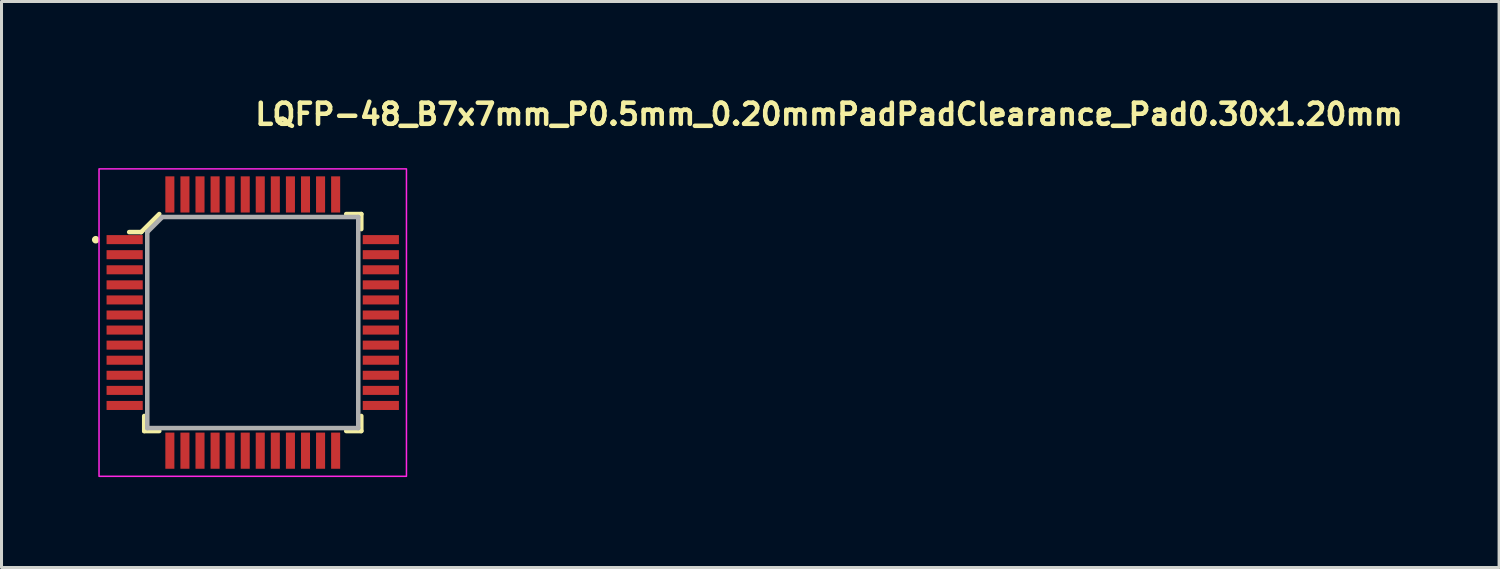
<source format=kicad_pcb>
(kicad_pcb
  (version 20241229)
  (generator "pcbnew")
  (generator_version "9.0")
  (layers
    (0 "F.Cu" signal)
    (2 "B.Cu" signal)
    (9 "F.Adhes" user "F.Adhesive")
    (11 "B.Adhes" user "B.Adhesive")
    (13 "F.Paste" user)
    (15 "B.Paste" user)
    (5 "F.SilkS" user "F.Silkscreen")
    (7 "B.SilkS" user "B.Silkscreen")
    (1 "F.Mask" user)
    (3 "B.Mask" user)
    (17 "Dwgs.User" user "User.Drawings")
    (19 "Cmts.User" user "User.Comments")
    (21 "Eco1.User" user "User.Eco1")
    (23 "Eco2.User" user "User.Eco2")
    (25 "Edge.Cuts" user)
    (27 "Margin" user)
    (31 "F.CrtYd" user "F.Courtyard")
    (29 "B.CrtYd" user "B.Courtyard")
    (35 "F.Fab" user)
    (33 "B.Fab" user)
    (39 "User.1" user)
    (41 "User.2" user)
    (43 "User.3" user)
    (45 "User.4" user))
  (footprint "LQFP-48_B7x7mm_P0.5mm_0.20mmPadPadClearance_Pad0.30x1.20mm"
    (layer "F.Cu")
    (at 5.335 7.652)
    (property "Reference" "LQFP-48_B7x7mm_P0.5mm_0.20mmPadPadClearance_Pad0.30x1.20mm" (at 0 -6.502 0) (layer "F.SilkS") (effects (font (size 0.7 0.7) (thickness 0.15)) (justify left bottom)))
    (attr smd)
    (fp_line (start -3.701 -3.003) (end -4.1 -3.003) (stroke (width 0.15) (type solid)) (layer "F.SilkS"))
    (fp_line (start -3.601 3.097) (end -3.601 3.597) (stroke (width 0.15) (type solid)) (layer "F.SilkS"))
    (fp_line (start -3.601 3.597) (end -3.101 3.597) (stroke (width 0.15) (type solid)) (layer "F.SilkS"))
    (fp_line (start -3.101 -3.602) (end -3.701 -3.003) (stroke (width 0.15) (type solid)) (layer "F.SilkS"))
    (fp_line (start 3.1 -3.602) (end 3.6 -3.602) (stroke (width 0.15) (type solid)) (layer "F.SilkS"))
    (fp_line (start 3.6 -3.602) (end 3.6 -3.102) (stroke (width 0.15) (type solid)) (layer "F.SilkS"))
    (fp_line (start 3.6 3.097) (end 3.6 3.597) (stroke (width 0.15) (type solid)) (layer "F.SilkS"))
    (fp_line (start 3.6 3.597) (end 3.1 3.597) (stroke (width 0.15) (type solid)) (layer "F.SilkS"))
    (fp_circle (center -5.21 -2.75) (end -5.16 -2.75) (stroke (width 0.15) (type solid)) (fill yes) (layer "F.SilkS"))
    (fp_rect (start -5.1 -5.1) (end 5.098 5.098) (stroke (width 0.05) (type solid)) (fill no) (layer "F.CrtYd"))
    (fp_line (start -3.5 -3.003) (end -3.5 3.498) (stroke (width 0.15) (type solid)) (layer "F.Fab"))
    (fp_line (start -3.5 3.498) (end 3.499 3.498) (stroke (width 0.15) (type solid)) (layer "F.Fab"))
    (fp_line (start -3 -3.503) (end -3.5 -3.003) (stroke (width 0.15) (type solid)) (layer "F.Fab"))
    (fp_line (start -3 -3.503) (end 3.499 -3.503) (stroke (width 0.15) (type solid)) (layer "F.Fab"))
    (fp_line (start 3.499 -3.503) (end 3.499 3.498) (stroke (width 0.15) (type solid)) (layer "F.Fab"))
    (fp_rect (start -4.5 -4.5) (end 4.498 4.498) (stroke (width 0.1) (type solid)) (fill no) (layer "User.5"))
    (fp_line (start -4.5 -2.641) (end -4.5 -2.86) (stroke (width 0.02) (type solid)) (layer "User.9"))
    (fp_line (start -4.5 -2.641) (end -4.069 -2.641) (stroke (width 0.02) (type solid)) (layer "User.9"))
    (fp_line (start -4.5 -2.141) (end -4.5 -2.36) (stroke (width 0.02) (type solid)) (layer "User.9"))
    (fp_line (start -4.5 -2.141) (end -4.069 -2.141) (stroke (width 0.02) (type solid)) (layer "User.9"))
    (fp_line (start -4.5 -1.641) (end -4.5 -1.861) (stroke (width 0.02) (type solid)) (layer "User.9"))
    (fp_line (start -4.5 -1.641) (end -4.069 -1.641) (stroke (width 0.02) (type solid)) (layer "User.9"))
    (fp_line (start -4.5 -1.141) (end -4.5 -1.361) (stroke (width 0.02) (type solid)) (layer "User.9"))
    (fp_line (start -4.5 -1.141) (end -4.069 -1.141) (stroke (width 0.02) (type solid)) (layer "User.9"))
    (fp_line (start -4.5 -0.64) (end -4.5 -0.861) (stroke (width 0.02) (type solid)) (layer "User.9"))
    (fp_line (start -4.5 -0.64) (end -4.069 -0.64) (stroke (width 0.02) (type solid)) (layer "User.9"))
    (fp_line (start -4.5 -0.142) (end -4.5 -0.361) (stroke (width 0.02) (type solid)) (layer "User.9"))
    (fp_line (start -4.5 -0.142) (end -4.069 -0.142) (stroke (width 0.02) (type solid)) (layer "User.9"))
    (fp_line (start -4.5 0.358) (end -4.5 0.139) (stroke (width 0.02) (type solid)) (layer "User.9"))
    (fp_line (start -4.5 0.358) (end -4.069 0.358) (stroke (width 0.02) (type solid)) (layer "User.9"))
    (fp_line (start -4.5 0.858) (end -4.5 0.638) (stroke (width 0.02) (type solid)) (layer "User.9"))
    (fp_line (start -4.5 0.858) (end -4.069 0.858) (stroke (width 0.02) (type solid)) (layer "User.9"))
    (fp_line (start -4.5 1.358) (end -4.5 1.138) (stroke (width 0.02) (type solid)) (layer "User.9"))
    (fp_line (start -4.5 1.358) (end -4.069 1.358) (stroke (width 0.02) (type solid)) (layer "User.9"))
    (fp_line (start -4.5 1.858) (end -4.5 1.638) (stroke (width 0.02) (type solid)) (layer "User.9"))
    (fp_line (start -4.5 1.858) (end -4.069 1.858) (stroke (width 0.02) (type solid)) (layer "User.9"))
    (fp_line (start -4.5 2.358) (end -4.5 2.14) (stroke (width 0.02) (type solid)) (layer "User.9"))
    (fp_line (start -4.5 2.358) (end -4.069 2.358) (stroke (width 0.02) (type solid)) (layer "User.9"))
    (fp_line (start -4.5 2.858) (end -4.5 2.64) (stroke (width 0.02) (type solid)) (layer "User.9"))
    (fp_line (start -4.5 2.858) (end -4.069 2.858) (stroke (width 0.02) (type solid)) (layer "User.9"))
    (fp_line (start -4.071 -0.357) (end -4.066 -0.357) (stroke (width 0.02) (type solid)) (layer "User.9"))
    (fp_line (start -4.069 -2.86) (end -4.5 -2.86) (stroke (width 0.02) (type solid)) (layer "User.9"))
    (fp_line (start -4.069 -2.86) (end -4.069 -2.641) (stroke (width 0.02) (type solid)) (layer "User.9"))
    (fp_line (start -4.069 -2.641) (end -3.818 -2.641) (stroke (width 0.02) (type solid)) (layer "User.9"))
    (fp_line (start -4.069 -2.36) (end -4.5 -2.36) (stroke (width 0.02) (type solid)) (layer "User.9"))
    (fp_line (start -4.069 -2.36) (end -4.069 -2.141) (stroke (width 0.02) (type solid)) (layer "User.9"))
    (fp_line (start -4.069 -2.141) (end -3.818 -2.141) (stroke (width 0.02) (type solid)) (layer "User.9"))
    (fp_line (start -4.069 -1.861) (end -4.5 -1.861) (stroke (width 0.02) (type solid)) (layer "User.9"))
    (fp_line (start -4.069 -1.861) (end -4.069 -1.641) (stroke (width 0.02) (type solid)) (layer "User.9"))
    (fp_line (start -4.069 -1.641) (end -3.818 -1.641) (stroke (width 0.02) (type solid)) (layer "User.9"))
    (fp_line (start -4.069 -1.361) (end -4.5 -1.361) (stroke (width 0.02) (type solid)) (layer "User.9"))
    (fp_line (start -4.069 -1.361) (end -4.069 -1.141) (stroke (width 0.02) (type solid)) (layer "User.9"))
    (fp_line (start -4.069 -1.141) (end -3.818 -1.141) (stroke (width 0.02) (type solid)) (layer "User.9"))
    (fp_line (start -4.069 -0.861) (end -4.5 -0.861) (stroke (width 0.02) (type solid)) (layer "User.9"))
    (fp_line (start -4.069 -0.861) (end -4.069 -0.64) (stroke (width 0.02) (type solid)) (layer "User.9"))
    (fp_line (start -4.069 -0.64) (end -3.818 -0.64) (stroke (width 0.02) (type solid)) (layer "User.9"))
    (fp_line (start -4.069 -0.361) (end -4.5 -0.361) (stroke (width 0.02) (type solid)) (layer "User.9"))
    (fp_line (start -4.069 -0.361) (end -4.069 -0.357) (stroke (width 0.02) (type solid)) (layer "User.9"))
    (fp_line (start -4.069 -0.145) (end -4.069 -0.142) (stroke (width 0.02) (type solid)) (layer "User.9"))
    (fp_line (start -4.069 -0.142) (end -3.818 -0.142) (stroke (width 0.02) (type solid)) (layer "User.9"))
    (fp_line (start -4.069 0.139) (end -4.5 0.139) (stroke (width 0.02) (type solid)) (layer "User.9"))
    (fp_line (start -4.069 0.139) (end -4.069 0.358) (stroke (width 0.02) (type solid)) (layer "User.9"))
    (fp_line (start -4.069 0.358) (end -3.818 0.358) (stroke (width 0.02) (type solid)) (layer "User.9"))
    (fp_line (start -4.069 0.638) (end -4.5 0.638) (stroke (width 0.02) (type solid)) (layer "User.9"))
    (fp_line (start -4.069 0.638) (end -4.069 0.858) (stroke (width 0.02) (type solid)) (layer "User.9"))
    (fp_line (start -4.069 0.858) (end -3.818 0.858) (stroke (width 0.02) (type solid)) (layer "User.9"))
    (fp_line (start -4.069 1.138) (end -4.5 1.138) (stroke (width 0.02) (type solid)) (layer "User.9"))
    (fp_line (start -4.069 1.138) (end -4.069 1.358) (stroke (width 0.02) (type solid)) (layer "User.9"))
    (fp_line (start -4.069 1.358) (end -3.818 1.358) (stroke (width 0.02) (type solid)) (layer "User.9"))
    (fp_line (start -4.069 1.638) (end -4.5 1.638) (stroke (width 0.02) (type solid)) (layer "User.9"))
    (fp_line (start -4.069 1.638) (end -4.069 1.858) (stroke (width 0.02) (type solid)) (layer "User.9"))
    (fp_line (start -4.069 1.858) (end -3.818 1.858) (stroke (width 0.02) (type solid)) (layer "User.9"))
    (fp_line (start -4.069 2.14) (end -4.5 2.14) (stroke (width 0.02) (type solid)) (layer "User.9"))
    (fp_line (start -4.069 2.14) (end -4.069 2.358) (stroke (width 0.02) (type solid)) (layer "User.9"))
    (fp_line (start -4.069 2.358) (end -3.818 2.358) (stroke (width 0.02) (type solid)) (layer "User.9"))
    (fp_line (start -4.069 2.64) (end -4.5 2.64) (stroke (width 0.02) (type solid)) (layer "User.9"))
    (fp_line (start -4.069 2.64) (end -4.069 2.858) (stroke (width 0.02) (type solid)) (layer "User.9"))
    (fp_line (start -4.069 2.858) (end -3.818 2.858) (stroke (width 0.02) (type solid)) (layer "User.9"))
    (fp_line (start -4.066 -0.145) (end -4.071 -0.145) (stroke (width 0.02) (type solid)) (layer "User.9"))
    (fp_line (start -3.818 -2.86) (end -4.069 -2.86) (stroke (width 0.02) (type solid)) (layer "User.9"))
    (fp_line (start -3.818 -2.641) (end -3.633 -2.641) (stroke (width 0.02) (type solid)) (layer "User.9"))
    (fp_line (start -3.818 -2.36) (end -4.069 -2.36) (stroke (width 0.02) (type solid)) (layer "User.9"))
    (fp_line (start -3.818 -2.141) (end -3.633 -2.141) (stroke (width 0.02) (type solid)) (layer "User.9"))
    (fp_line (start -3.818 -1.861) (end -4.069 -1.861) (stroke (width 0.02) (type solid)) (layer "User.9"))
    (fp_line (start -3.818 -1.641) (end -3.633 -1.641) (stroke (width 0.02) (type solid)) (layer "User.9"))
    (fp_line (start -3.818 -1.361) (end -4.069 -1.361) (stroke (width 0.02) (type solid)) (layer "User.9"))
    (fp_line (start -3.818 -1.141) (end -3.633 -1.141) (stroke (width 0.02) (type solid)) (layer "User.9"))
    (fp_line (start -3.818 -0.861) (end -4.069 -0.861) (stroke (width 0.02) (type solid)) (layer "User.9"))
    (fp_line (start -3.818 -0.64) (end -3.633 -0.64) (stroke (width 0.02) (type solid)) (layer "User.9"))
    (fp_line (start -3.818 -0.361) (end -4.069 -0.361) (stroke (width 0.02) (type solid)) (layer "User.9"))
    (fp_line (start -3.818 -0.142) (end -3.633 -0.142) (stroke (width 0.02) (type solid)) (layer "User.9"))
    (fp_line (start -3.818 0.139) (end -4.069 0.139) (stroke (width 0.02) (type solid)) (layer "User.9"))
    (fp_line (start -3.818 0.358) (end -3.633 0.358) (stroke (width 0.02) (type solid)) (layer "User.9"))
    (fp_line (start -3.818 0.638) (end -4.069 0.638) (stroke (width 0.02) (type solid)) (layer "User.9"))
    (fp_line (start -3.818 0.858) (end -3.633 0.858) (stroke (width 0.02) (type solid)) (layer "User.9"))
    (fp_line (start -3.818 1.138) (end -4.069 1.138) (stroke (width 0.02) (type solid)) (layer "User.9"))
    (fp_line (start -3.818 1.358) (end -3.633 1.358) (stroke (width 0.02) (type solid)) (layer "User.9"))
    (fp_line (start -3.818 1.638) (end -4.069 1.638) (stroke (width 0.02) (type solid)) (layer "User.9"))
    (fp_line (start -3.818 1.858) (end -3.633 1.858) (stroke (width 0.02) (type solid)) (layer "User.9"))
    (fp_line (start -3.818 2.14) (end -4.069 2.14) (stroke (width 0.02) (type solid)) (layer "User.9"))
    (fp_line (start -3.818 2.358) (end -3.633 2.358) (stroke (width 0.02) (type solid)) (layer "User.9"))
    (fp_line (start -3.818 2.64) (end -4.069 2.64) (stroke (width 0.02) (type solid)) (layer "User.9"))
    (fp_line (start -3.818 2.858) (end -3.633 2.858) (stroke (width 0.02) (type solid)) (layer "User.9"))
    (fp_line (start -3.633 -2.86) (end -3.818 -2.86) (stroke (width 0.02) (type solid)) (layer "User.9"))
    (fp_line (start -3.633 -2.641) (end -3.5 -2.641) (stroke (width 0.02) (type solid)) (layer "User.9"))
    (fp_line (start -3.633 -2.36) (end -3.818 -2.36) (stroke (width 0.02) (type solid)) (layer "User.9"))
    (fp_line (start -3.633 -2.141) (end -3.5 -2.141) (stroke (width 0.02) (type solid)) (layer "User.9"))
    (fp_line (start -3.633 -1.861) (end -3.818 -1.861) (stroke (width 0.02) (type solid)) (layer "User.9"))
    (fp_line (start -3.633 -1.641) (end -3.5 -1.641) (stroke (width 0.02) (type solid)) (layer "User.9"))
    (fp_line (start -3.633 -1.361) (end -3.818 -1.361) (stroke (width 0.02) (type solid)) (layer "User.9"))
    (fp_line (start -3.633 -1.141) (end -3.5 -1.141) (stroke (width 0.02) (type solid)) (layer "User.9"))
    (fp_line (start -3.633 -0.861) (end -3.818 -0.861) (stroke (width 0.02) (type solid)) (layer "User.9"))
    (fp_line (start -3.633 -0.64) (end -3.5 -0.64) (stroke (width 0.02) (type solid)) (layer "User.9"))
    (fp_line (start -3.633 -0.361) (end -3.818 -0.361) (stroke (width 0.02) (type solid)) (layer "User.9"))
    (fp_line (start -3.633 -0.142) (end -3.5 -0.142) (stroke (width 0.02) (type solid)) (layer "User.9"))
    (fp_line (start -3.633 0.139) (end -3.818 0.139) (stroke (width 0.02) (type solid)) (layer "User.9"))
    (fp_line (start -3.633 0.358) (end -3.5 0.358) (stroke (width 0.02) (type solid)) (layer "User.9"))
    (fp_line (start -3.633 0.638) (end -3.818 0.638) (stroke (width 0.02) (type solid)) (layer "User.9"))
    (fp_line (start -3.633 0.858) (end -3.5 0.858) (stroke (width 0.02) (type solid)) (layer "User.9"))
    (fp_line (start -3.633 1.138) (end -3.818 1.138) (stroke (width 0.02) (type solid)) (layer "User.9"))
    (fp_line (start -3.633 1.358) (end -3.5 1.358) (stroke (width 0.02) (type solid)) (layer "User.9"))
    (fp_line (start -3.633 1.638) (end -3.818 1.638) (stroke (width 0.02) (type solid)) (layer "User.9"))
    (fp_line (start -3.633 1.858) (end -3.5 1.858) (stroke (width 0.02) (type solid)) (layer "User.9"))
    (fp_line (start -3.633 2.14) (end -3.818 2.14) (stroke (width 0.02) (type solid)) (layer "User.9"))
    (fp_line (start -3.633 2.358) (end -3.5 2.358) (stroke (width 0.02) (type solid)) (layer "User.9"))
    (fp_line (start -3.633 2.64) (end -3.818 2.64) (stroke (width 0.02) (type solid)) (layer "User.9"))
    (fp_line (start -3.633 2.858) (end -3.5 2.858) (stroke (width 0.02) (type solid)) (layer "User.9"))
    (fp_line (start -3.5 -3.101) (end -3.5 3.499) (stroke (width 0.02) (type solid)) (layer "User.9"))
    (fp_line (start -3.5 -3.101) (end -3.101 -3.5) (stroke (width 0.02) (type solid)) (layer "User.9"))
    (fp_line (start -3.5 -2.86) (end -3.633 -2.86) (stroke (width 0.02) (type solid)) (layer "User.9"))
    (fp_line (start -3.5 -2.36) (end -3.633 -2.36) (stroke (width 0.02) (type solid)) (layer "User.9"))
    (fp_line (start -3.5 -1.861) (end -3.633 -1.861) (stroke (width 0.02) (type solid)) (layer "User.9"))
    (fp_line (start -3.5 -1.361) (end -3.633 -1.361) (stroke (width 0.02) (type solid)) (layer "User.9"))
    (fp_line (start -3.5 -0.861) (end -3.633 -0.861) (stroke (width 0.02) (type solid)) (layer "User.9"))
    (fp_line (start -3.5 -0.361) (end -3.633 -0.361) (stroke (width 0.02) (type solid)) (layer "User.9"))
    (fp_line (start -3.5 0.139) (end -3.633 0.139) (stroke (width 0.02) (type solid)) (layer "User.9"))
    (fp_line (start -3.5 0.638) (end -3.633 0.638) (stroke (width 0.02) (type solid)) (layer "User.9"))
    (fp_line (start -3.5 1.138) (end -3.633 1.138) (stroke (width 0.02) (type solid)) (layer "User.9"))
    (fp_line (start -3.5 1.638) (end -3.633 1.638) (stroke (width 0.02) (type solid)) (layer "User.9"))
    (fp_line (start -3.5 2.14) (end -3.633 2.14) (stroke (width 0.02) (type solid)) (layer "User.9"))
    (fp_line (start -3.5 2.64) (end -3.633 2.64) (stroke (width 0.02) (type solid)) (layer "User.9"))
    (fp_line (start -3.5 3.499) (end 3.499 3.499) (stroke (width 0.02) (type solid)) (layer "User.9"))
    (fp_line (start -3.326 -3.028) (end -3.5 -3.101) (stroke (width 0.02) (type solid)) (layer "User.9"))
    (fp_line (start -3.326 3.324) (end -3.5 3.499) (stroke (width 0.02) (type solid)) (layer "User.9"))
    (fp_line (start -3.326 3.324) (end -3.326 -3.028) (stroke (width 0.02) (type solid)) (layer "User.9"))
    (fp_line (start -3.101 -3.5) (end -3.028 -3.326) (stroke (width 0.02) (type solid)) (layer "User.9"))
    (fp_line (start -3.028 -3.326) (end -3.326 -3.028) (stroke (width 0.02) (type solid)) (layer "User.9"))
    (fp_line (start -3.028 -3.326) (end 3.324 -3.326) (stroke (width 0.02) (type solid)) (layer "User.9"))
    (fp_line (start -2.952 -2.702) (end -2.951 -2.718) (stroke (width 0.02) (type solid)) (layer "User.9"))
    (fp_line (start -2.951 -2.718) (end -2.948 -2.734) (stroke (width 0.02) (type solid)) (layer "User.9"))
    (fp_line (start -2.951 -2.693) (end -2.952 -2.702) (stroke (width 0.02) (type solid)) (layer "User.9"))
    (fp_line (start -2.951 -2.685) (end -2.951 -2.693) (stroke (width 0.02) (type solid)) (layer "User.9"))
    (fp_line (start -2.949 -2.677) (end -2.951 -2.685) (stroke (width 0.02) (type solid)) (layer "User.9"))
    (fp_line (start -2.948 -2.734) (end -2.947 -2.75) (stroke (width 0.02) (type solid)) (layer "User.9"))
    (fp_line (start -2.948 -2.668) (end -2.949 -2.677) (stroke (width 0.02) (type solid)) (layer "User.9"))
    (fp_line (start -2.948 -2.66) (end -2.948 -2.668) (stroke (width 0.02) (type solid)) (layer "User.9"))
    (fp_line (start -2.947 -2.75) (end -2.943 -2.766) (stroke (width 0.02) (type solid)) (layer "User.9"))
    (fp_line (start -2.947 -2.652) (end -2.948 -2.66) (stroke (width 0.02) (type solid)) (layer "User.9"))
    (fp_line (start -2.944 -2.644) (end -2.947 -2.652) (stroke (width 0.02) (type solid)) (layer "User.9"))
    (fp_line (start -2.943 -2.766) (end -2.938 -2.782) (stroke (width 0.02) (type solid)) (layer "User.9"))
    (fp_line (start -2.943 -2.636) (end -2.944 -2.644) (stroke (width 0.02) (type solid)) (layer "User.9"))
    (fp_line (start -2.94 -2.628) (end -2.943 -2.636) (stroke (width 0.02) (type solid)) (layer "User.9"))
    (fp_line (start -2.938 -2.782) (end -2.931 -2.797) (stroke (width 0.02) (type solid)) (layer "User.9"))
    (fp_line (start -2.938 -2.621) (end -2.94 -2.628) (stroke (width 0.02) (type solid)) (layer "User.9"))
    (fp_line (start -2.935 -2.613) (end -2.938 -2.621) (stroke (width 0.02) (type solid)) (layer "User.9"))
    (fp_line (start -2.931 -2.797) (end -2.926 -2.811) (stroke (width 0.02) (type solid)) (layer "User.9"))
    (fp_line (start -2.931 -2.605) (end -2.935 -2.613) (stroke (width 0.02) (type solid)) (layer "User.9"))
    (fp_line (start -2.928 -2.597) (end -2.931 -2.605) (stroke (width 0.02) (type solid)) (layer "User.9"))
    (fp_line (start -2.926 -2.811) (end -2.918 -2.827) (stroke (width 0.02) (type solid)) (layer "User.9"))
    (fp_line (start -2.926 -2.59) (end -2.928 -2.597) (stroke (width 0.02) (type solid)) (layer "User.9"))
    (fp_line (start -2.922 -2.584) (end -2.926 -2.59) (stroke (width 0.02) (type solid)) (layer "User.9"))
    (fp_line (start -2.918 -2.827) (end -2.908 -2.839) (stroke (width 0.02) (type solid)) (layer "User.9"))
    (fp_line (start -2.918 -2.577) (end -2.922 -2.584) (stroke (width 0.02) (type solid)) (layer "User.9"))
    (fp_line (start -2.914 -2.569) (end -2.918 -2.577) (stroke (width 0.02) (type solid)) (layer "User.9"))
    (fp_line (start -2.908 -2.839) (end -2.899 -2.852) (stroke (width 0.02) (type solid)) (layer "User.9"))
    (fp_line (start -2.908 -2.562) (end -2.914 -2.569) (stroke (width 0.02) (type solid)) (layer "User.9"))
    (fp_line (start -2.904 -2.556) (end -2.908 -2.562) (stroke (width 0.02) (type solid)) (layer "User.9"))
    (fp_line (start -2.899 -2.852) (end -2.89 -2.866) (stroke (width 0.02) (type solid)) (layer "User.9"))
    (fp_line (start -2.899 -2.549) (end -2.904 -2.556) (stroke (width 0.02) (type solid)) (layer "User.9"))
    (fp_line (start -2.895 -2.543) (end -2.899 -2.549) (stroke (width 0.02) (type solid)) (layer "User.9"))
    (fp_line (start -2.89 -2.866) (end -2.879 -2.878) (stroke (width 0.02) (type solid)) (layer "User.9"))
    (fp_line (start -2.89 -2.536) (end -2.895 -2.543) (stroke (width 0.02) (type solid)) (layer "User.9"))
    (fp_line (start -2.883 -2.531) (end -2.89 -2.536) (stroke (width 0.02) (type solid)) (layer "User.9"))
    (fp_line (start -2.879 -2.878) (end -2.867 -2.888) (stroke (width 0.02) (type solid)) (layer "User.9"))
    (fp_line (start -2.879 -2.524) (end -2.883 -2.531) (stroke (width 0.02) (type solid)) (layer "User.9"))
    (fp_line (start -2.872 -2.519) (end -2.879 -2.524) (stroke (width 0.02) (type solid)) (layer "User.9"))
    (fp_line (start -2.867 -2.888) (end -2.854 -2.899) (stroke (width 0.02) (type solid)) (layer "User.9"))
    (fp_line (start -2.867 -2.513) (end -2.872 -2.519) (stroke (width 0.02) (type solid)) (layer "User.9"))
    (fp_line (start -2.86 -4.5) (end -2.86 -4.069) (stroke (width 0.02) (type solid)) (layer "User.9"))
    (fp_line (start -2.86 -4.5) (end -2.641 -4.5) (stroke (width 0.02) (type solid)) (layer "User.9"))
    (fp_line (start -2.86 -4.069) (end -2.86 -3.818) (stroke (width 0.02) (type solid)) (layer "User.9"))
    (fp_line (start -2.86 -3.818) (end -2.86 -3.633) (stroke (width 0.02) (type solid)) (layer "User.9"))
    (fp_line (start -2.86 -3.633) (end -2.86 -3.5) (stroke (width 0.02) (type solid)) (layer "User.9"))
    (fp_line (start -2.86 -2.508) (end -2.867 -2.513) (stroke (width 0.02) (type solid)) (layer "User.9"))
    (fp_line (start -2.86 3.632) (end -2.86 3.499) (stroke (width 0.02) (type solid)) (layer "User.9"))
    (fp_line (start -2.86 3.817) (end -2.86 3.632) (stroke (width 0.02) (type solid)) (layer "User.9"))
    (fp_line (start -2.86 4.067) (end -2.86 3.817) (stroke (width 0.02) (type solid)) (layer "User.9"))
    (fp_line (start -2.86 4.498) (end -2.86 4.067) (stroke (width 0.02) (type solid)) (layer "User.9"))
    (fp_line (start -2.86 4.498) (end -2.641 4.498) (stroke (width 0.02) (type solid)) (layer "User.9"))
    (fp_line (start -2.854 -2.899) (end -2.84 -2.908) (stroke (width 0.02) (type solid)) (layer "User.9"))
    (fp_line (start -2.854 -2.503) (end -2.86 -2.508) (stroke (width 0.02) (type solid)) (layer "User.9"))
    (fp_line (start -2.847 -2.499) (end -2.854 -2.503) (stroke (width 0.02) (type solid)) (layer "User.9"))
    (fp_line (start -2.84 -2.908) (end -2.827 -2.918) (stroke (width 0.02) (type solid)) (layer "User.9"))
    (fp_line (start -2.84 -2.493) (end -2.847 -2.499) (stroke (width 0.02) (type solid)) (layer "User.9"))
    (fp_line (start -2.834 -2.488) (end -2.84 -2.493) (stroke (width 0.02) (type solid)) (layer "User.9"))
    (fp_line (start -2.827 -2.918) (end -2.827 -2.918) (stroke (width 0.02) (type solid)) (layer "User.9"))
    (fp_line (start -2.827 -2.918) (end -2.811 -2.926) (stroke (width 0.02) (type solid)) (layer "User.9"))
    (fp_line (start -2.827 -2.484) (end -2.834 -2.488) (stroke (width 0.02) (type solid)) (layer "User.9"))
    (fp_line (start -2.827 -2.484) (end -2.827 -2.484) (stroke (width 0.02) (type solid)) (layer "User.9"))
    (fp_line (start -2.811 -2.926) (end -2.797 -2.932) (stroke (width 0.02) (type solid)) (layer "User.9"))
    (fp_line (start -2.811 -2.476) (end -2.827 -2.484) (stroke (width 0.02) (type solid)) (layer "User.9"))
    (fp_line (start -2.797 -2.932) (end -2.781 -2.938) (stroke (width 0.02) (type solid)) (layer "User.9"))
    (fp_line (start -2.797 -2.469) (end -2.811 -2.476) (stroke (width 0.02) (type solid)) (layer "User.9"))
    (fp_line (start -2.781 -2.938) (end -2.766 -2.943) (stroke (width 0.02) (type solid)) (layer "User.9"))
    (fp_line (start -2.781 -2.464) (end -2.797 -2.469) (stroke (width 0.02) (type solid)) (layer "User.9"))
    (fp_line (start -2.766 -2.943) (end -2.75 -2.947) (stroke (width 0.02) (type solid)) (layer "User.9"))
    (fp_line (start -2.766 -2.46) (end -2.781 -2.464) (stroke (width 0.02) (type solid)) (layer "User.9"))
    (fp_line (start -2.75 -2.947) (end -2.734 -2.948) (stroke (width 0.02) (type solid)) (layer "User.9"))
    (fp_line (start -2.75 -2.456) (end -2.766 -2.46) (stroke (width 0.02) (type solid)) (layer "User.9"))
    (fp_line (start -2.734 -2.948) (end -2.718 -2.951) (stroke (width 0.02) (type solid)) (layer "User.9"))
    (fp_line (start -2.734 -2.453) (end -2.75 -2.456) (stroke (width 0.02) (type solid)) (layer "User.9"))
    (fp_line (start -2.718 -2.951) (end -2.702 -2.952) (stroke (width 0.02) (type solid)) (layer "User.9"))
    (fp_line (start -2.718 -2.452) (end -2.734 -2.453) (stroke (width 0.02) (type solid)) (layer "User.9"))
    (fp_line (start -2.702 -2.952) (end -2.685 -2.951) (stroke (width 0.02) (type solid)) (layer "User.9"))
    (fp_line (start -2.702 -2.452) (end -2.718 -2.452) (stroke (width 0.02) (type solid)) (layer "User.9"))
    (fp_line (start -2.685 -2.951) (end -2.669 -2.948) (stroke (width 0.02) (type solid)) (layer "User.9"))
    (fp_line (start -2.685 -2.452) (end -2.702 -2.452) (stroke (width 0.02) (type solid)) (layer "User.9"))
    (fp_line (start -2.669 -2.948) (end -2.653 -2.947) (stroke (width 0.02) (type solid)) (layer "User.9"))
    (fp_line (start -2.669 -2.453) (end -2.685 -2.452) (stroke (width 0.02) (type solid)) (layer "User.9"))
    (fp_line (start -2.653 -2.947) (end -2.637 -2.943) (stroke (width 0.02) (type solid)) (layer "User.9"))
    (fp_line (start -2.653 -2.456) (end -2.669 -2.453) (stroke (width 0.02) (type solid)) (layer "User.9"))
    (fp_line (start -2.641 -4.069) (end -2.86 -4.069) (stroke (width 0.02) (type solid)) (layer "User.9"))
    (fp_line (start -2.641 -4.069) (end -2.641 -4.5) (stroke (width 0.02) (type solid)) (layer "User.9"))
    (fp_line (start -2.641 -3.818) (end -2.641 -4.069) (stroke (width 0.02) (type solid)) (layer "User.9"))
    (fp_line (start -2.641 -3.633) (end -2.641 -3.818) (stroke (width 0.02) (type solid)) (layer "User.9"))
    (fp_line (start -2.641 -3.5) (end -2.641 -3.633) (stroke (width 0.02) (type solid)) (layer "User.9"))
    (fp_line (start -2.641 3.499) (end -2.641 3.632) (stroke (width 0.02) (type solid)) (layer "User.9"))
    (fp_line (start -2.641 3.632) (end -2.641 3.817) (stroke (width 0.02) (type solid)) (layer "User.9"))
    (fp_line (start -2.641 3.817) (end -2.641 4.067) (stroke (width 0.02) (type solid)) (layer "User.9"))
    (fp_line (start -2.641 4.067) (end -2.86 4.067) (stroke (width 0.02) (type solid)) (layer "User.9"))
    (fp_line (start -2.641 4.067) (end -2.641 4.498) (stroke (width 0.02) (type solid)) (layer "User.9"))
    (fp_line (start -2.637 -2.943) (end -2.621 -2.938) (stroke (width 0.02) (type solid)) (layer "User.9"))
    (fp_line (start -2.637 -2.46) (end -2.653 -2.456) (stroke (width 0.02) (type solid)) (layer "User.9"))
    (fp_line (start -2.621 -2.938) (end -2.605 -2.932) (stroke (width 0.02) (type solid)) (layer "User.9"))
    (fp_line (start -2.621 -2.464) (end -2.637 -2.46) (stroke (width 0.02) (type solid)) (layer "User.9"))
    (fp_line (start -2.605 -2.932) (end -2.59 -2.926) (stroke (width 0.02) (type solid)) (layer "User.9"))
    (fp_line (start -2.605 -2.469) (end -2.621 -2.464) (stroke (width 0.02) (type solid)) (layer "User.9"))
    (fp_line (start -2.59 -2.926) (end -2.577 -2.918) (stroke (width 0.02) (type solid)) (layer "User.9"))
    (fp_line (start -2.59 -2.476) (end -2.605 -2.469) (stroke (width 0.02) (type solid)) (layer "User.9"))
    (fp_line (start -2.577 -2.918) (end -2.577 -2.918) (stroke (width 0.02) (type solid)) (layer "User.9"))
    (fp_line (start -2.577 -2.918) (end -2.569 -2.914) (stroke (width 0.02) (type solid)) (layer "User.9"))
    (fp_line (start -2.577 -2.484) (end -2.59 -2.476) (stroke (width 0.02) (type solid)) (layer "User.9"))
    (fp_line (start -2.577 -2.484) (end -2.577 -2.484) (stroke (width 0.02) (type solid)) (layer "User.9"))
    (fp_line (start -2.569 -2.914) (end -2.561 -2.908) (stroke (width 0.02) (type solid)) (layer "User.9"))
    (fp_line (start -2.561 -2.908) (end -2.556 -2.903) (stroke (width 0.02) (type solid)) (layer "User.9"))
    (fp_line (start -2.561 -2.493) (end -2.577 -2.484) (stroke (width 0.02) (type solid)) (layer "User.9"))
    (fp_line (start -2.556 -2.903) (end -2.548 -2.899) (stroke (width 0.02) (type solid)) (layer "User.9"))
    (fp_line (start -2.548 -2.899) (end -2.541 -2.894) (stroke (width 0.02) (type solid)) (layer "User.9"))
    (fp_line (start -2.548 -2.503) (end -2.561 -2.493) (stroke (width 0.02) (type solid)) (layer "User.9"))
    (fp_line (start -2.541 -2.894) (end -2.536 -2.888) (stroke (width 0.02) (type solid)) (layer "User.9"))
    (fp_line (start -2.536 -2.888) (end -2.529 -2.883) (stroke (width 0.02) (type solid)) (layer "User.9"))
    (fp_line (start -2.536 -2.513) (end -2.548 -2.503) (stroke (width 0.02) (type solid)) (layer "User.9"))
    (fp_line (start -2.529 -2.883) (end -2.524 -2.878) (stroke (width 0.02) (type solid)) (layer "User.9"))
    (fp_line (start -2.524 -2.878) (end -2.519 -2.871) (stroke (width 0.02) (type solid)) (layer "User.9"))
    (fp_line (start -2.524 -2.524) (end -2.536 -2.513) (stroke (width 0.02) (type solid)) (layer "User.9"))
    (fp_line (start -2.519 -2.871) (end -2.512 -2.866) (stroke (width 0.02) (type solid)) (layer "User.9"))
    (fp_line (start -2.512 -2.866) (end -2.508 -2.859) (stroke (width 0.02) (type solid)) (layer "User.9"))
    (fp_line (start -2.512 -2.536) (end -2.524 -2.524) (stroke (width 0.02) (type solid)) (layer "User.9"))
    (fp_line (start -2.508 -2.859) (end -2.503 -2.852) (stroke (width 0.02) (type solid)) (layer "User.9"))
    (fp_line (start -2.503 -2.852) (end -2.497 -2.847) (stroke (width 0.02) (type solid)) (layer "User.9"))
    (fp_line (start -2.503 -2.549) (end -2.512 -2.536) (stroke (width 0.02) (type solid)) (layer "User.9"))
    (fp_line (start -2.497 -2.847) (end -2.493 -2.839) (stroke (width 0.02) (type solid)) (layer "User.9"))
    (fp_line (start -2.493 -2.839) (end -2.488 -2.832) (stroke (width 0.02) (type solid)) (layer "User.9"))
    (fp_line (start -2.493 -2.562) (end -2.503 -2.549) (stroke (width 0.02) (type solid)) (layer "User.9"))
    (fp_line (start -2.488 -2.832) (end -2.484 -2.827) (stroke (width 0.02) (type solid)) (layer "User.9"))
    (fp_line (start -2.484 -2.827) (end -2.48 -2.819) (stroke (width 0.02) (type solid)) (layer "User.9"))
    (fp_line (start -2.484 -2.577) (end -2.493 -2.562) (stroke (width 0.02) (type solid)) (layer "User.9"))
    (fp_line (start -2.48 -2.819) (end -2.476 -2.811) (stroke (width 0.02) (type solid)) (layer "User.9"))
    (fp_line (start -2.476 -2.811) (end -2.473 -2.805) (stroke (width 0.02) (type solid)) (layer "User.9"))
    (fp_line (start -2.476 -2.59) (end -2.484 -2.577) (stroke (width 0.02) (type solid)) (layer "User.9"))
    (fp_line (start -2.473 -2.805) (end -2.471 -2.797) (stroke (width 0.02) (type solid)) (layer "User.9"))
    (fp_line (start -2.471 -2.797) (end -2.468 -2.79) (stroke (width 0.02) (type solid)) (layer "User.9"))
    (fp_line (start -2.471 -2.605) (end -2.476 -2.59) (stroke (width 0.02) (type solid)) (layer "User.9"))
    (fp_line (start -2.468 -2.79) (end -2.464 -2.782) (stroke (width 0.02) (type solid)) (layer "User.9"))
    (fp_line (start -2.464 -2.782) (end -2.461 -2.774) (stroke (width 0.02) (type solid)) (layer "User.9"))
    (fp_line (start -2.464 -2.621) (end -2.471 -2.605) (stroke (width 0.02) (type solid)) (layer "User.9"))
    (fp_line (start -2.461 -2.774) (end -2.46 -2.766) (stroke (width 0.02) (type solid)) (layer "User.9"))
    (fp_line (start -2.46 -2.766) (end -2.457 -2.758) (stroke (width 0.02) (type solid)) (layer "User.9"))
    (fp_line (start -2.46 -2.636) (end -2.464 -2.621) (stroke (width 0.02) (type solid)) (layer "User.9"))
    (fp_line (start -2.457 -2.758) (end -2.456 -2.75) (stroke (width 0.02) (type solid)) (layer "User.9"))
    (fp_line (start -2.456 -2.75) (end -2.455 -2.742) (stroke (width 0.02) (type solid)) (layer "User.9"))
    (fp_line (start -2.456 -2.652) (end -2.46 -2.636) (stroke (width 0.02) (type solid)) (layer "User.9"))
    (fp_line (start -2.455 -2.742) (end -2.453 -2.734) (stroke (width 0.02) (type solid)) (layer "User.9"))
    (fp_line (start -2.453 -2.734) (end -2.452 -2.726) (stroke (width 0.02) (type solid)) (layer "User.9"))
    (fp_line (start -2.453 -2.668) (end -2.456 -2.652) (stroke (width 0.02) (type solid)) (layer "User.9"))
    (fp_line (start -2.452 -2.726) (end -2.452 -2.718) (stroke (width 0.02) (type solid)) (layer "User.9"))
    (fp_line (start -2.452 -2.718) (end -2.452 -2.71) (stroke (width 0.02) (type solid)) (layer "User.9"))
    (fp_line (start -2.452 -2.71) (end -2.452 -2.702) (stroke (width 0.02) (type solid)) (layer "User.9"))
    (fp_line (start -2.452 -2.702) (end -2.452 -2.685) (stroke (width 0.02) (type solid)) (layer "User.9"))
    (fp_line (start -2.452 -2.685) (end -2.453 -2.668) (stroke (width 0.02) (type solid)) (layer "User.9"))
    (fp_line (start -2.36 -4.5) (end -2.36 -4.069) (stroke (width 0.02) (type solid)) (layer "User.9"))
    (fp_line (start -2.36 -4.5) (end -2.141 -4.5) (stroke (width 0.02) (type solid)) (layer "User.9"))
    (fp_line (start -2.36 -4.069) (end -2.36 -3.818) (stroke (width 0.02) (type solid)) (layer "User.9"))
    (fp_line (start -2.36 -3.818) (end -2.36 -3.633) (stroke (width 0.02) (type solid)) (layer "User.9"))
    (fp_line (start -2.36 -3.633) (end -2.36 -3.5) (stroke (width 0.02) (type solid)) (layer "User.9"))
    (fp_line (start -2.36 3.632) (end -2.36 3.499) (stroke (width 0.02) (type solid)) (layer "User.9"))
    (fp_line (start -2.36 3.817) (end -2.36 3.632) (stroke (width 0.02) (type solid)) (layer "User.9"))
    (fp_line (start -2.36 4.067) (end -2.36 3.817) (stroke (width 0.02) (type solid)) (layer "User.9"))
    (fp_line (start -2.36 4.498) (end -2.36 4.067) (stroke (width 0.02) (type solid)) (layer "User.9"))
    (fp_line (start -2.36 4.498) (end -2.141 4.498) (stroke (width 0.02) (type solid)) (layer "User.9"))
    (fp_line (start -2.141 -4.069) (end -2.36 -4.069) (stroke (width 0.02) (type solid)) (layer "User.9"))
    (fp_line (start -2.141 -4.069) (end -2.141 -4.5) (stroke (width 0.02) (type solid)) (layer "User.9"))
    (fp_line (start -2.141 -3.818) (end -2.141 -4.069) (stroke (width 0.02) (type solid)) (layer "User.9"))
    (fp_line (start -2.141 -3.633) (end -2.141 -3.818) (stroke (width 0.02) (type solid)) (layer "User.9"))
    (fp_line (start -2.141 -3.5) (end -2.141 -3.633) (stroke (width 0.02) (type solid)) (layer "User.9"))
    (fp_line (start -2.141 3.499) (end -2.141 3.632) (stroke (width 0.02) (type solid)) (layer "User.9"))
    (fp_line (start -2.141 3.632) (end -2.141 3.817) (stroke (width 0.02) (type solid)) (layer "User.9"))
    (fp_line (start -2.141 3.817) (end -2.141 4.067) (stroke (width 0.02) (type solid)) (layer "User.9"))
    (fp_line (start -2.141 4.067) (end -2.36 4.067) (stroke (width 0.02) (type solid)) (layer "User.9"))
    (fp_line (start -2.141 4.067) (end -2.141 4.498) (stroke (width 0.02) (type solid)) (layer "User.9"))
    (fp_line (start -1.861 -4.5) (end -1.861 -4.069) (stroke (width 0.02) (type solid)) (layer "User.9"))
    (fp_line (start -1.861 -4.5) (end -1.641 -4.5) (stroke (width 0.02) (type solid)) (layer "User.9"))
    (fp_line (start -1.861 -4.069) (end -1.861 -3.818) (stroke (width 0.02) (type solid)) (layer "User.9"))
    (fp_line (start -1.861 -3.818) (end -1.861 -3.633) (stroke (width 0.02) (type solid)) (layer "User.9"))
    (fp_line (start -1.861 -3.633) (end -1.861 -3.5) (stroke (width 0.02) (type solid)) (layer "User.9"))
    (fp_line (start -1.861 3.632) (end -1.861 3.499) (stroke (width 0.02) (type solid)) (layer "User.9"))
    (fp_line (start -1.861 3.817) (end -1.861 3.632) (stroke (width 0.02) (type solid)) (layer "User.9"))
    (fp_line (start -1.861 4.067) (end -1.861 3.817) (stroke (width 0.02) (type solid)) (layer "User.9"))
    (fp_line (start -1.861 4.498) (end -1.861 4.067) (stroke (width 0.02) (type solid)) (layer "User.9"))
    (fp_line (start -1.861 4.498) (end -1.641 4.498) (stroke (width 0.02) (type solid)) (layer "User.9"))
    (fp_line (start -1.641 -4.069) (end -1.861 -4.069) (stroke (width 0.02) (type solid)) (layer "User.9"))
    (fp_line (start -1.641 -4.069) (end -1.641 -4.5) (stroke (width 0.02) (type solid)) (layer "User.9"))
    (fp_line (start -1.641 -3.818) (end -1.641 -4.069) (stroke (width 0.02) (type solid)) (layer "User.9"))
    (fp_line (start -1.641 -3.633) (end -1.641 -3.818) (stroke (width 0.02) (type solid)) (layer "User.9"))
    (fp_line (start -1.641 -3.5) (end -1.641 -3.633) (stroke (width 0.02) (type solid)) (layer "User.9"))
    (fp_line (start -1.641 3.499) (end -1.641 3.632) (stroke (width 0.02) (type solid)) (layer "User.9"))
    (fp_line (start -1.641 3.632) (end -1.641 3.817) (stroke (width 0.02) (type solid)) (layer "User.9"))
    (fp_line (start -1.641 3.817) (end -1.641 4.067) (stroke (width 0.02) (type solid)) (layer "User.9"))
    (fp_line (start -1.641 4.067) (end -1.861 4.067) (stroke (width 0.02) (type solid)) (layer "User.9"))
    (fp_line (start -1.641 4.067) (end -1.641 4.498) (stroke (width 0.02) (type solid)) (layer "User.9"))
    (fp_line (start -1.361 -4.5) (end -1.361 -4.069) (stroke (width 0.02) (type solid)) (layer "User.9"))
    (fp_line (start -1.361 -4.5) (end -1.141 -4.5) (stroke (width 0.02) (type solid)) (layer "User.9"))
    (fp_line (start -1.361 -4.069) (end -1.361 -3.818) (stroke (width 0.02) (type solid)) (layer "User.9"))
    (fp_line (start -1.361 -3.818) (end -1.361 -3.633) (stroke (width 0.02) (type solid)) (layer "User.9"))
    (fp_line (start -1.361 -3.633) (end -1.361 -3.5) (stroke (width 0.02) (type solid)) (layer "User.9"))
    (fp_line (start -1.361 3.632) (end -1.361 3.499) (stroke (width 0.02) (type solid)) (layer "User.9"))
    (fp_line (start -1.361 3.817) (end -1.361 3.632) (stroke (width 0.02) (type solid)) (layer "User.9"))
    (fp_line (start -1.361 4.067) (end -1.361 3.817) (stroke (width 0.02) (type solid)) (layer "User.9"))
    (fp_line (start -1.361 4.498) (end -1.361 4.067) (stroke (width 0.02) (type solid)) (layer "User.9"))
    (fp_line (start -1.361 4.498) (end -1.141 4.498) (stroke (width 0.02) (type solid)) (layer "User.9"))
    (fp_line (start -1.141 -4.069) (end -1.361 -4.069) (stroke (width 0.02) (type solid)) (layer "User.9"))
    (fp_line (start -1.141 -4.069) (end -1.141 -4.5) (stroke (width 0.02) (type solid)) (layer "User.9"))
    (fp_line (start -1.141 -3.818) (end -1.141 -4.069) (stroke (width 0.02) (type solid)) (layer "User.9"))
    (fp_line (start -1.141 -3.633) (end -1.141 -3.818) (stroke (width 0.02) (type solid)) (layer "User.9"))
    (fp_line (start -1.141 -3.5) (end -1.141 -3.633) (stroke (width 0.02) (type solid)) (layer "User.9"))
    (fp_line (start -1.141 3.499) (end -1.141 3.632) (stroke (width 0.02) (type solid)) (layer "User.9"))
    (fp_line (start -1.141 3.632) (end -1.141 3.817) (stroke (width 0.02) (type solid)) (layer "User.9"))
    (fp_line (start -1.141 3.817) (end -1.141 4.067) (stroke (width 0.02) (type solid)) (layer "User.9"))
    (fp_line (start -1.141 4.067) (end -1.361 4.067) (stroke (width 0.02) (type solid)) (layer "User.9"))
    (fp_line (start -1.141 4.067) (end -1.141 4.498) (stroke (width 0.02) (type solid)) (layer "User.9"))
    (fp_line (start -0.86 -4.5) (end -0.86 -4.069) (stroke (width 0.02) (type solid)) (layer "User.9"))
    (fp_line (start -0.86 -4.5) (end -0.64 -4.5) (stroke (width 0.02) (type solid)) (layer "User.9"))
    (fp_line (start -0.86 -4.069) (end -0.86 -3.818) (stroke (width 0.02) (type solid)) (layer "User.9"))
    (fp_line (start -0.86 -3.818) (end -0.86 -3.633) (stroke (width 0.02) (type solid)) (layer "User.9"))
    (fp_line (start -0.86 -3.633) (end -0.86 -3.5) (stroke (width 0.02) (type solid)) (layer "User.9"))
    (fp_line (start -0.86 3.632) (end -0.86 3.499) (stroke (width 0.02) (type solid)) (layer "User.9"))
    (fp_line (start -0.86 3.817) (end -0.86 3.632) (stroke (width 0.02) (type solid)) (layer "User.9"))
    (fp_line (start -0.86 4.067) (end -0.86 3.817) (stroke (width 0.02) (type solid)) (layer "User.9"))
    (fp_line (start -0.86 4.498) (end -0.86 4.067) (stroke (width 0.02) (type solid)) (layer "User.9"))
    (fp_line (start -0.86 4.498) (end -0.64 4.498) (stroke (width 0.02) (type solid)) (layer "User.9"))
    (fp_line (start -0.64 -4.069) (end -0.86 -4.069) (stroke (width 0.02) (type solid)) (layer "User.9"))
    (fp_line (start -0.64 -4.069) (end -0.64 -4.5) (stroke (width 0.02) (type solid)) (layer "User.9"))
    (fp_line (start -0.64 -3.818) (end -0.64 -4.069) (stroke (width 0.02) (type solid)) (layer "User.9"))
    (fp_line (start -0.64 -3.633) (end -0.64 -3.818) (stroke (width 0.02) (type solid)) (layer "User.9"))
    (fp_line (start -0.64 -3.5) (end -0.64 -3.633) (stroke (width 0.02) (type solid)) (layer "User.9"))
    (fp_line (start -0.64 3.499) (end -0.64 3.632) (stroke (width 0.02) (type solid)) (layer "User.9"))
    (fp_line (start -0.64 3.632) (end -0.64 3.817) (stroke (width 0.02) (type solid)) (layer "User.9"))
    (fp_line (start -0.64 3.817) (end -0.64 4.067) (stroke (width 0.02) (type solid)) (layer "User.9"))
    (fp_line (start -0.64 4.067) (end -0.86 4.067) (stroke (width 0.02) (type solid)) (layer "User.9"))
    (fp_line (start -0.64 4.067) (end -0.64 4.498) (stroke (width 0.02) (type solid)) (layer "User.9"))
    (fp_line (start -0.36 -4.5) (end -0.36 -4.069) (stroke (width 0.02) (type solid)) (layer "User.9"))
    (fp_line (start -0.36 -4.5) (end -0.142 -4.5) (stroke (width 0.02) (type solid)) (layer "User.9"))
    (fp_line (start -0.36 -4.069) (end -0.36 -3.818) (stroke (width 0.02) (type solid)) (layer "User.9"))
    (fp_line (start -0.36 -3.818) (end -0.36 -3.633) (stroke (width 0.02) (type solid)) (layer "User.9"))
    (fp_line (start -0.36 -3.633) (end -0.36 -3.5) (stroke (width 0.02) (type solid)) (layer "User.9"))
    (fp_line (start -0.36 3.632) (end -0.36 3.499) (stroke (width 0.02) (type solid)) (layer "User.9"))
    (fp_line (start -0.36 3.817) (end -0.36 3.632) (stroke (width 0.02) (type solid)) (layer "User.9"))
    (fp_line (start -0.36 4.067) (end -0.36 3.817) (stroke (width 0.02) (type solid)) (layer "User.9"))
    (fp_line (start -0.36 4.498) (end -0.36 4.067) (stroke (width 0.02) (type solid)) (layer "User.9"))
    (fp_line (start -0.36 4.498) (end -0.142 4.498) (stroke (width 0.02) (type solid)) (layer "User.9"))
    (fp_line (start -0.142 -4.069) (end -0.36 -4.069) (stroke (width 0.02) (type solid)) (layer "User.9"))
    (fp_line (start -0.142 -4.069) (end -0.142 -4.5) (stroke (width 0.02) (type solid)) (layer "User.9"))
    (fp_line (start -0.142 -3.818) (end -0.142 -4.069) (stroke (width 0.02) (type solid)) (layer "User.9"))
    (fp_line (start -0.142 -3.633) (end -0.142 -3.818) (stroke (width 0.02) (type solid)) (layer "User.9"))
    (fp_line (start -0.142 -3.5) (end -0.142 -3.633) (stroke (width 0.02) (type solid)) (layer "User.9"))
    (fp_line (start -0.142 3.499) (end -0.142 3.632) (stroke (width 0.02) (type solid)) (layer "User.9"))
    (fp_line (start -0.142 3.632) (end -0.142 3.817) (stroke (width 0.02) (type solid)) (layer "User.9"))
    (fp_line (start -0.142 3.817) (end -0.142 4.067) (stroke (width 0.02) (type solid)) (layer "User.9"))
    (fp_line (start -0.142 4.067) (end -0.36 4.067) (stroke (width 0.02) (type solid)) (layer "User.9"))
    (fp_line (start -0.142 4.067) (end -0.142 4.498) (stroke (width 0.02) (type solid)) (layer "User.9"))
    (fp_line (start 0.14 -4.5) (end 0.14 -4.069) (stroke (width 0.02) (type solid)) (layer "User.9"))
    (fp_line (start 0.14 -4.5) (end 0.358 -4.5) (stroke (width 0.02) (type solid)) (layer "User.9"))
    (fp_line (start 0.14 -4.069) (end 0.14 -3.818) (stroke (width 0.02) (type solid)) (layer "User.9"))
    (fp_line (start 0.14 -3.818) (end 0.14 -3.633) (stroke (width 0.02) (type solid)) (layer "User.9"))
    (fp_line (start 0.14 -3.633) (end 0.14 -3.5) (stroke (width 0.02) (type solid)) (layer "User.9"))
    (fp_line (start 0.14 3.632) (end 0.14 3.499) (stroke (width 0.02) (type solid)) (layer "User.9"))
    (fp_line (start 0.14 3.817) (end 0.14 3.632) (stroke (width 0.02) (type solid)) (layer "User.9"))
    (fp_line (start 0.14 4.067) (end 0.14 3.817) (stroke (width 0.02) (type solid)) (layer "User.9"))
    (fp_line (start 0.14 4.498) (end 0.14 4.067) (stroke (width 0.02) (type solid)) (layer "User.9"))
    (fp_line (start 0.14 4.498) (end 0.358 4.498) (stroke (width 0.02) (type solid)) (layer "User.9"))
    (fp_line (start 0.358 -4.069) (end 0.14 -4.069) (stroke (width 0.02) (type solid)) (layer "User.9"))
    (fp_line (start 0.358 -4.069) (end 0.358 -4.5) (stroke (width 0.02) (type solid)) (layer "User.9"))
    (fp_line (start 0.358 -3.818) (end 0.358 -4.069) (stroke (width 0.02) (type solid)) (layer "User.9"))
    (fp_line (start 0.358 -3.633) (end 0.358 -3.818) (stroke (width 0.02) (type solid)) (layer "User.9"))
    (fp_line (start 0.358 -3.5) (end 0.358 -3.633) (stroke (width 0.02) (type solid)) (layer "User.9"))
    (fp_line (start 0.358 3.499) (end 0.358 3.632) (stroke (width 0.02) (type solid)) (layer "User.9"))
    (fp_line (start 0.358 3.632) (end 0.358 3.817) (stroke (width 0.02) (type solid)) (layer "User.9"))
    (fp_line (start 0.358 3.817) (end 0.358 4.067) (stroke (width 0.02) (type solid)) (layer "User.9"))
    (fp_line (start 0.358 4.067) (end 0.14 4.067) (stroke (width 0.02) (type solid)) (layer "User.9"))
    (fp_line (start 0.358 4.067) (end 0.358 4.498) (stroke (width 0.02) (type solid)) (layer "User.9"))
    (fp_line (start 0.64 -4.5) (end 0.64 -4.069) (stroke (width 0.02) (type solid)) (layer "User.9"))
    (fp_line (start 0.64 -4.5) (end 0.858 -4.5) (stroke (width 0.02) (type solid)) (layer "User.9"))
    (fp_line (start 0.64 -4.069) (end 0.64 -3.818) (stroke (width 0.02) (type solid)) (layer "User.9"))
    (fp_line (start 0.64 -3.818) (end 0.64 -3.633) (stroke (width 0.02) (type solid)) (layer "User.9"))
    (fp_line (start 0.64 -3.633) (end 0.64 -3.5) (stroke (width 0.02) (type solid)) (layer "User.9"))
    (fp_line (start 0.64 3.632) (end 0.64 3.499) (stroke (width 0.02) (type solid)) (layer "User.9"))
    (fp_line (start 0.64 3.817) (end 0.64 3.632) (stroke (width 0.02) (type solid)) (layer "User.9"))
    (fp_line (start 0.64 4.067) (end 0.64 3.817) (stroke (width 0.02) (type solid)) (layer "User.9"))
    (fp_line (start 0.64 4.498) (end 0.64 4.067) (stroke (width 0.02) (type solid)) (layer "User.9"))
    (fp_line (start 0.64 4.498) (end 0.858 4.498) (stroke (width 0.02) (type solid)) (layer "User.9"))
    (fp_line (start 0.858 -4.069) (end 0.64 -4.069) (stroke (width 0.02) (type solid)) (layer "User.9"))
    (fp_line (start 0.858 -4.069) (end 0.858 -4.5) (stroke (width 0.02) (type solid)) (layer "User.9"))
    (fp_line (start 0.858 -3.818) (end 0.858 -4.069) (stroke (width 0.02) (type solid)) (layer "User.9"))
    (fp_line (start 0.858 -3.633) (end 0.858 -3.818) (stroke (width 0.02) (type solid)) (layer "User.9"))
    (fp_line (start 0.858 -3.5) (end 0.858 -3.633) (stroke (width 0.02) (type solid)) (layer "User.9"))
    (fp_line (start 0.858 3.499) (end 0.858 3.632) (stroke (width 0.02) (type solid)) (layer "User.9"))
    (fp_line (start 0.858 3.632) (end 0.858 3.817) (stroke (width 0.02) (type solid)) (layer "User.9"))
    (fp_line (start 0.858 3.817) (end 0.858 4.067) (stroke (width 0.02) (type solid)) (layer "User.9"))
    (fp_line (start 0.858 4.067) (end 0.64 4.067) (stroke (width 0.02) (type solid)) (layer "User.9"))
    (fp_line (start 0.858 4.067) (end 0.858 4.498) (stroke (width 0.02) (type solid)) (layer "User.9"))
    (fp_line (start 1.138 -4.5) (end 1.138 -4.069) (stroke (width 0.02) (type solid)) (layer "User.9"))
    (fp_line (start 1.138 -4.5) (end 1.36 -4.5) (stroke (width 0.02) (type solid)) (layer "User.9"))
    (fp_line (start 1.138 -4.069) (end 1.138 -3.818) (stroke (width 0.02) (type solid)) (layer "User.9"))
    (fp_line (start 1.138 -3.818) (end 1.138 -3.633) (stroke (width 0.02) (type solid)) (layer "User.9"))
    (fp_line (start 1.138 -3.633) (end 1.138 -3.5) (stroke (width 0.02) (type solid)) (layer "User.9"))
    (fp_line (start 1.138 3.632) (end 1.138 3.499) (stroke (width 0.02) (type solid)) (layer "User.9"))
    (fp_line (start 1.138 3.817) (end 1.138 3.632) (stroke (width 0.02) (type solid)) (layer "User.9"))
    (fp_line (start 1.138 4.067) (end 1.138 3.817) (stroke (width 0.02) (type solid)) (layer "User.9"))
    (fp_line (start 1.138 4.498) (end 1.138 4.067) (stroke (width 0.02) (type solid)) (layer "User.9"))
    (fp_line (start 1.138 4.498) (end 1.36 4.498) (stroke (width 0.02) (type solid)) (layer "User.9"))
    (fp_line (start 1.36 -4.069) (end 1.138 -4.069) (stroke (width 0.02) (type solid)) (layer "User.9"))
    (fp_line (start 1.36 -4.069) (end 1.36 -4.5) (stroke (width 0.02) (type solid)) (layer "User.9"))
    (fp_line (start 1.36 -3.818) (end 1.36 -4.069) (stroke (width 0.02) (type solid)) (layer "User.9"))
    (fp_line (start 1.36 -3.633) (end 1.36 -3.818) (stroke (width 0.02) (type solid)) (layer "User.9"))
    (fp_line (start 1.36 -3.5) (end 1.36 -3.633) (stroke (width 0.02) (type solid)) (layer "User.9"))
    (fp_line (start 1.36 3.499) (end 1.36 3.632) (stroke (width 0.02) (type solid)) (layer "User.9"))
    (fp_line (start 1.36 3.632) (end 1.36 3.817) (stroke (width 0.02) (type solid)) (layer "User.9"))
    (fp_line (start 1.36 3.817) (end 1.36 4.067) (stroke (width 0.02) (type solid)) (layer "User.9"))
    (fp_line (start 1.36 4.067) (end 1.138 4.067) (stroke (width 0.02) (type solid)) (layer "User.9"))
    (fp_line (start 1.36 4.067) (end 1.36 4.498) (stroke (width 0.02) (type solid)) (layer "User.9"))
    (fp_line (start 1.638 -4.5) (end 1.638 -4.069) (stroke (width 0.02) (type solid)) (layer "User.9"))
    (fp_line (start 1.638 -4.5) (end 1.86 -4.5) (stroke (width 0.02) (type solid)) (layer "User.9"))
    (fp_line (start 1.638 -4.069) (end 1.638 -3.818) (stroke (width 0.02) (type solid)) (layer "User.9"))
    (fp_line (start 1.638 -3.818) (end 1.638 -3.633) (stroke (width 0.02) (type solid)) (layer "User.9"))
    (fp_line (start 1.638 -3.633) (end 1.638 -3.5) (stroke (width 0.02) (type solid)) (layer "User.9"))
    (fp_line (start 1.638 3.632) (end 1.638 3.499) (stroke (width 0.02) (type solid)) (layer "User.9"))
    (fp_line (start 1.638 3.817) (end 1.638 3.632) (stroke (width 0.02) (type solid)) (layer "User.9"))
    (fp_line (start 1.638 4.067) (end 1.638 3.817) (stroke (width 0.02) (type solid)) (layer "User.9"))
    (fp_line (start 1.638 4.498) (end 1.638 4.067) (stroke (width 0.02) (type solid)) (layer "User.9"))
    (fp_line (start 1.638 4.498) (end 1.86 4.498) (stroke (width 0.02) (type solid)) (layer "User.9"))
    (fp_line (start 1.86 -4.069) (end 1.638 -4.069) (stroke (width 0.02) (type solid)) (layer "User.9"))
    (fp_line (start 1.86 -4.069) (end 1.86 -4.5) (stroke (width 0.02) (type solid)) (layer "User.9"))
    (fp_line (start 1.86 -3.818) (end 1.86 -4.069) (stroke (width 0.02) (type solid)) (layer "User.9"))
    (fp_line (start 1.86 -3.633) (end 1.86 -3.818) (stroke (width 0.02) (type solid)) (layer "User.9"))
    (fp_line (start 1.86 -3.5) (end 1.86 -3.633) (stroke (width 0.02) (type solid)) (layer "User.9"))
    (fp_line (start 1.86 3.499) (end 1.86 3.632) (stroke (width 0.02) (type solid)) (layer "User.9"))
    (fp_line (start 1.86 3.632) (end 1.86 3.817) (stroke (width 0.02) (type solid)) (layer "User.9"))
    (fp_line (start 1.86 3.817) (end 1.86 4.067) (stroke (width 0.02) (type solid)) (layer "User.9"))
    (fp_line (start 1.86 4.067) (end 1.638 4.067) (stroke (width 0.02) (type solid)) (layer "User.9"))
    (fp_line (start 1.86 4.067) (end 1.86 4.498) (stroke (width 0.02) (type solid)) (layer "User.9"))
    (fp_line (start 2.14 -4.5) (end 2.14 -4.069) (stroke (width 0.02) (type solid)) (layer "User.9"))
    (fp_line (start 2.14 -4.5) (end 2.358 -4.5) (stroke (width 0.02) (type solid)) (layer "User.9"))
    (fp_line (start 2.14 -4.069) (end 2.14 -3.818) (stroke (width 0.02) (type solid)) (layer "User.9"))
    (fp_line (start 2.14 -3.818) (end 2.14 -3.633) (stroke (width 0.02) (type solid)) (layer "User.9"))
    (fp_line (start 2.14 -3.633) (end 2.14 -3.5) (stroke (width 0.02) (type solid)) (layer "User.9"))
    (fp_line (start 2.14 3.632) (end 2.14 3.499) (stroke (width 0.02) (type solid)) (layer "User.9"))
    (fp_line (start 2.14 3.817) (end 2.14 3.632) (stroke (width 0.02) (type solid)) (layer "User.9"))
    (fp_line (start 2.14 4.067) (end 2.14 3.817) (stroke (width 0.02) (type solid)) (layer "User.9"))
    (fp_line (start 2.14 4.498) (end 2.14 4.067) (stroke (width 0.02) (type solid)) (layer "User.9"))
    (fp_line (start 2.14 4.498) (end 2.358 4.498) (stroke (width 0.02) (type solid)) (layer "User.9"))
    (fp_line (start 2.358 -4.069) (end 2.14 -4.069) (stroke (width 0.02) (type solid)) (layer "User.9"))
    (fp_line (start 2.358 -4.069) (end 2.358 -4.5) (stroke (width 0.02) (type solid)) (layer "User.9"))
    (fp_line (start 2.358 -3.818) (end 2.358 -4.069) (stroke (width 0.02) (type solid)) (layer "User.9"))
    (fp_line (start 2.358 -3.633) (end 2.358 -3.818) (stroke (width 0.02) (type solid)) (layer "User.9"))
    (fp_line (start 2.358 -3.5) (end 2.358 -3.633) (stroke (width 0.02) (type solid)) (layer "User.9"))
    (fp_line (start 2.358 3.499) (end 2.358 3.632) (stroke (width 0.02) (type solid)) (layer "User.9"))
    (fp_line (start 2.358 3.632) (end 2.358 3.817) (stroke (width 0.02) (type solid)) (layer "User.9"))
    (fp_line (start 2.358 3.817) (end 2.358 4.067) (stroke (width 0.02) (type solid)) (layer "User.9"))
    (fp_line (start 2.358 4.067) (end 2.14 4.067) (stroke (width 0.02) (type solid)) (layer "User.9"))
    (fp_line (start 2.358 4.067) (end 2.358 4.498) (stroke (width 0.02) (type solid)) (layer "User.9"))
    (fp_line (start 2.64 -4.5) (end 2.64 -4.069) (stroke (width 0.02) (type solid)) (layer "User.9"))
    (fp_line (start 2.64 -4.5) (end 2.858 -4.5) (stroke (width 0.02) (type solid)) (layer "User.9"))
    (fp_line (start 2.64 -4.069) (end 2.64 -3.818) (stroke (width 0.02) (type solid)) (layer "User.9"))
    (fp_line (start 2.64 -3.818) (end 2.64 -3.633) (stroke (width 0.02) (type solid)) (layer "User.9"))
    (fp_line (start 2.64 -3.633) (end 2.64 -3.5) (stroke (width 0.02) (type solid)) (layer "User.9"))
    (fp_line (start 2.64 3.632) (end 2.64 3.499) (stroke (width 0.02) (type solid)) (layer "User.9"))
    (fp_line (start 2.64 3.817) (end 2.64 3.632) (stroke (width 0.02) (type solid)) (layer "User.9"))
    (fp_line (start 2.64 4.067) (end 2.64 3.817) (stroke (width 0.02) (type solid)) (layer "User.9"))
    (fp_line (start 2.64 4.498) (end 2.64 4.067) (stroke (width 0.02) (type solid)) (layer "User.9"))
    (fp_line (start 2.64 4.498) (end 2.858 4.498) (stroke (width 0.02) (type solid)) (layer "User.9"))
    (fp_line (start 2.858 -4.069) (end 2.64 -4.069) (stroke (width 0.02) (type solid)) (layer "User.9"))
    (fp_line (start 2.858 -4.069) (end 2.858 -4.5) (stroke (width 0.02) (type solid)) (layer "User.9"))
    (fp_line (start 2.858 -3.818) (end 2.858 -4.069) (stroke (width 0.02) (type solid)) (layer "User.9"))
    (fp_line (start 2.858 -3.633) (end 2.858 -3.818) (stroke (width 0.02) (type solid)) (layer "User.9"))
    (fp_line (start 2.858 -3.5) (end 2.858 -3.633) (stroke (width 0.02) (type solid)) (layer "User.9"))
    (fp_line (start 2.858 3.499) (end 2.858 3.632) (stroke (width 0.02) (type solid)) (layer "User.9"))
    (fp_line (start 2.858 3.632) (end 2.858 3.817) (stroke (width 0.02) (type solid)) (layer "User.9"))
    (fp_line (start 2.858 3.817) (end 2.858 4.067) (stroke (width 0.02) (type solid)) (layer "User.9"))
    (fp_line (start 2.858 4.067) (end 2.64 4.067) (stroke (width 0.02) (type solid)) (layer "User.9"))
    (fp_line (start 2.858 4.067) (end 2.858 4.498) (stroke (width 0.02) (type solid)) (layer "User.9"))
    (fp_line (start 3.324 -3.326) (end 3.324 3.324) (stroke (width 0.02) (type solid)) (layer "User.9"))
    (fp_line (start 3.324 -3.326) (end 3.499 -3.5) (stroke (width 0.02) (type solid)) (layer "User.9"))
    (fp_line (start 3.324 3.324) (end -3.326 3.324) (stroke (width 0.02) (type solid)) (layer "User.9"))
    (fp_line (start 3.499 -3.5) (end -3.101 -3.5) (stroke (width 0.02) (type solid)) (layer "User.9"))
    (fp_line (start 3.499 -2.86) (end 3.632 -2.86) (stroke (width 0.02) (type solid)) (layer "User.9"))
    (fp_line (start 3.499 -2.36) (end 3.632 -2.36) (stroke (width 0.02) (type solid)) (layer "User.9"))
    (fp_line (start 3.499 -1.861) (end 3.632 -1.861) (stroke (width 0.02) (type solid)) (layer "User.9"))
    (fp_line (start 3.499 -1.361) (end 3.632 -1.361) (stroke (width 0.02) (type solid)) (layer "User.9"))
    (fp_line (start 3.499 -0.861) (end 3.632 -0.861) (stroke (width 0.02) (type solid)) (layer "User.9"))
    (fp_line (start 3.499 -0.361) (end 3.632 -0.361) (stroke (width 0.02) (type solid)) (layer "User.9"))
    (fp_line (start 3.499 0.139) (end 3.632 0.139) (stroke (width 0.02) (type solid)) (layer "User.9"))
    (fp_line (start 3.499 0.638) (end 3.632 0.638) (stroke (width 0.02) (type solid)) (layer "User.9"))
    (fp_line (start 3.499 1.138) (end 3.632 1.138) (stroke (width 0.02) (type solid)) (layer "User.9"))
    (fp_line (start 3.499 1.638) (end 3.632 1.638) (stroke (width 0.02) (type solid)) (layer "User.9"))
    (fp_line (start 3.499 2.14) (end 3.632 2.14) (stroke (width 0.02) (type solid)) (layer "User.9"))
    (fp_line (start 3.499 2.64) (end 3.632 2.64) (stroke (width 0.02) (type solid)) (layer "User.9"))
    (fp_line (start 3.499 3.499) (end 3.324 3.324) (stroke (width 0.02) (type solid)) (layer "User.9"))
    (fp_line (start 3.499 3.499) (end 3.499 -3.5) (stroke (width 0.02) (type solid)) (layer "User.9"))
    (fp_line (start 3.632 -2.86) (end 3.817 -2.86) (stroke (width 0.02) (type solid)) (layer "User.9"))
    (fp_line (start 3.632 -2.641) (end 3.499 -2.641) (stroke (width 0.02) (type solid)) (layer "User.9"))
    (fp_line (start 3.632 -2.36) (end 3.817 -2.36) (stroke (width 0.02) (type solid)) (layer "User.9"))
    (fp_line (start 3.632 -2.141) (end 3.499 -2.141) (stroke (width 0.02) (type solid)) (layer "User.9"))
    (fp_line (start 3.632 -1.861) (end 3.817 -1.861) (stroke (width 0.02) (type solid)) (layer "User.9"))
    (fp_line (start 3.632 -1.641) (end 3.499 -1.641) (stroke (width 0.02) (type solid)) (layer "User.9"))
    (fp_line (start 3.632 -1.361) (end 3.817 -1.361) (stroke (width 0.02) (type solid)) (layer "User.9"))
    (fp_line (start 3.632 -1.141) (end 3.499 -1.141) (stroke (width 0.02) (type solid)) (layer "User.9"))
    (fp_line (start 3.632 -0.861) (end 3.817 -0.861) (stroke (width 0.02) (type solid)) (layer "User.9"))
    (fp_line (start 3.632 -0.64) (end 3.499 -0.64) (stroke (width 0.02) (type solid)) (layer "User.9"))
    (fp_line (start 3.632 -0.361) (end 3.817 -0.361) (stroke (width 0.02) (type solid)) (layer "User.9"))
    (fp_line (start 3.632 -0.142) (end 3.499 -0.142) (stroke (width 0.02) (type solid)) (layer "User.9"))
    (fp_line (start 3.632 0.139) (end 3.817 0.139) (stroke (width 0.02) (type solid)) (layer "User.9"))
    (fp_line (start 3.632 0.358) (end 3.499 0.358) (stroke (width 0.02) (type solid)) (layer "User.9"))
    (fp_line (start 3.632 0.638) (end 3.817 0.638) (stroke (width 0.02) (type solid)) (layer "User.9"))
    (fp_line (start 3.632 0.858) (end 3.499 0.858) (stroke (width 0.02) (type solid)) (layer "User.9"))
    (fp_line (start 3.632 1.138) (end 3.817 1.138) (stroke (width 0.02) (type solid)) (layer "User.9"))
    (fp_line (start 3.632 1.358) (end 3.499 1.358) (stroke (width 0.02) (type solid)) (layer "User.9"))
    (fp_line (start 3.632 1.638) (end 3.817 1.638) (stroke (width 0.02) (type solid)) (layer "User.9"))
    (fp_line (start 3.632 1.858) (end 3.499 1.858) (stroke (width 0.02) (type solid)) (layer "User.9"))
    (fp_line (start 3.632 2.14) (end 3.817 2.14) (stroke (width 0.02) (type solid)) (layer "User.9"))
    (fp_line (start 3.632 2.358) (end 3.499 2.358) (stroke (width 0.02) (type solid)) (layer "User.9"))
    (fp_line (start 3.632 2.64) (end 3.817 2.64) (stroke (width 0.02) (type solid)) (layer "User.9"))
    (fp_line (start 3.632 2.858) (end 3.499 2.858) (stroke (width 0.02) (type solid)) (layer "User.9"))
    (fp_line (start 3.817 -2.86) (end 4.067 -2.86) (stroke (width 0.02) (type solid)) (layer "User.9"))
    (fp_line (start 3.817 -2.641) (end 3.632 -2.641) (stroke (width 0.02) (type solid)) (layer "User.9"))
    (fp_line (start 3.817 -2.36) (end 4.067 -2.36) (stroke (width 0.02) (type solid)) (layer "User.9"))
    (fp_line (start 3.817 -2.141) (end 3.632 -2.141) (stroke (width 0.02) (type solid)) (layer "User.9"))
    (fp_line (start 3.817 -1.861) (end 4.067 -1.861) (stroke (width 0.02) (type solid)) (layer "User.9"))
    (fp_line (start 3.817 -1.641) (end 3.632 -1.641) (stroke (width 0.02) (type solid)) (layer "User.9"))
    (fp_line (start 3.817 -1.361) (end 4.067 -1.361) (stroke (width 0.02) (type solid)) (layer "User.9"))
    (fp_line (start 3.817 -1.141) (end 3.632 -1.141) (stroke (width 0.02) (type solid)) (layer "User.9"))
    (fp_line (start 3.817 -0.861) (end 4.067 -0.861) (stroke (width 0.02) (type solid)) (layer "User.9"))
    (fp_line (start 3.817 -0.64) (end 3.632 -0.64) (stroke (width 0.02) (type solid)) (layer "User.9"))
    (fp_line (start 3.817 -0.361) (end 4.067 -0.361) (stroke (width 0.02) (type solid)) (layer "User.9"))
    (fp_line (start 3.817 -0.142) (end 3.632 -0.142) (stroke (width 0.02) (type solid)) (layer "User.9"))
    (fp_line (start 3.817 0.139) (end 4.067 0.139) (stroke (width 0.02) (type solid)) (layer "User.9"))
    (fp_line (start 3.817 0.358) (end 3.632 0.358) (stroke (width 0.02) (type solid)) (layer "User.9"))
    (fp_line (start 3.817 0.638) (end 4.067 0.638) (stroke (width 0.02) (type solid)) (layer "User.9"))
    (fp_line (start 3.817 0.858) (end 3.632 0.858) (stroke (width 0.02) (type solid)) (layer "User.9"))
    (fp_line (start 3.817 1.138) (end 4.067 1.138) (stroke (width 0.02) (type solid)) (layer "User.9"))
    (fp_line (start 3.817 1.358) (end 3.632 1.358) (stroke (width 0.02) (type solid)) (layer "User.9"))
    (fp_line (start 3.817 1.638) (end 4.067 1.638) (stroke (width 0.02) (type solid)) (layer "User.9"))
    (fp_line (start 3.817 1.858) (end 3.632 1.858) (stroke (width 0.02) (type solid)) (layer "User.9"))
    (fp_line (start 3.817 2.14) (end 4.067 2.14) (stroke (width 0.02) (type solid)) (layer "User.9"))
    (fp_line (start 3.817 2.358) (end 3.632 2.358) (stroke (width 0.02) (type solid)) (layer "User.9"))
    (fp_line (start 3.817 2.64) (end 4.067 2.64) (stroke (width 0.02) (type solid)) (layer "User.9"))
    (fp_line (start 3.817 2.858) (end 3.632 2.858) (stroke (width 0.02) (type solid)) (layer "User.9"))
    (fp_line (start 4.067 -2.86) (end 4.067 -2.641) (stroke (width 0.02) (type solid)) (layer "User.9"))
    (fp_line (start 4.067 -2.86) (end 4.498 -2.86) (stroke (width 0.02) (type solid)) (layer "User.9"))
    (fp_line (start 4.067 -2.641) (end 3.817 -2.641) (stroke (width 0.02) (type solid)) (layer "User.9"))
    (fp_line (start 4.067 -2.36) (end 4.067 -2.141) (stroke (width 0.02) (type solid)) (layer "User.9"))
    (fp_line (start 4.067 -2.36) (end 4.498 -2.36) (stroke (width 0.02) (type solid)) (layer "User.9"))
    (fp_line (start 4.067 -2.141) (end 3.817 -2.141) (stroke (width 0.02) (type solid)) (layer "User.9"))
    (fp_line (start 4.067 -1.861) (end 4.067 -1.641) (stroke (width 0.02) (type solid)) (layer "User.9"))
    (fp_line (start 4.067 -1.861) (end 4.498 -1.861) (stroke (width 0.02) (type solid)) (layer "User.9"))
    (fp_line (start 4.067 -1.641) (end 3.817 -1.641) (stroke (width 0.02) (type solid)) (layer "User.9"))
    (fp_line (start 4.067 -1.361) (end 4.067 -1.141) (stroke (width 0.02) (type solid)) (layer "User.9"))
    (fp_line (start 4.067 -1.361) (end 4.498 -1.361) (stroke (width 0.02) (type solid)) (layer "User.9"))
    (fp_line (start 4.067 -1.141) (end 3.817 -1.141) (stroke (width 0.02) (type solid)) (layer "User.9"))
    (fp_line (start 4.067 -0.861) (end 4.067 -0.64) (stroke (width 0.02) (type solid)) (layer "User.9"))
    (fp_line (start 4.067 -0.861) (end 4.498 -0.861) (stroke (width 0.02) (type solid)) (layer "User.9"))
    (fp_line (start 4.067 -0.64) (end 3.817 -0.64) (stroke (width 0.02) (type solid)) (layer "User.9"))
    (fp_line (start 4.067 -0.361) (end 4.067 -0.142) (stroke (width 0.02) (type solid)) (layer "User.9"))
    (fp_line (start 4.067 -0.361) (end 4.498 -0.361) (stroke (width 0.02) (type solid)) (layer "User.9"))
    (fp_line (start 4.067 -0.142) (end 3.817 -0.142) (stroke (width 0.02) (type solid)) (layer "User.9"))
    (fp_line (start 4.067 0.139) (end 4.067 0.358) (stroke (width 0.02) (type solid)) (layer "User.9"))
    (fp_line (start 4.067 0.139) (end 4.498 0.139) (stroke (width 0.02) (type solid)) (layer "User.9"))
    (fp_line (start 4.067 0.358) (end 3.817 0.358) (stroke (width 0.02) (type solid)) (layer "User.9"))
    (fp_line (start 4.067 0.638) (end 4.067 0.858) (stroke (width 0.02) (type solid)) (layer "User.9"))
    (fp_line (start 4.067 0.638) (end 4.498 0.638) (stroke (width 0.02) (type solid)) (layer "User.9"))
    (fp_line (start 4.067 0.858) (end 3.817 0.858) (stroke (width 0.02) (type solid)) (layer "User.9"))
    (fp_line (start 4.067 1.138) (end 4.067 1.358) (stroke (width 0.02) (type solid)) (layer "User.9"))
    (fp_line (start 4.067 1.138) (end 4.498 1.138) (stroke (width 0.02) (type solid)) (layer "User.9"))
    (fp_line (start 4.067 1.358) (end 3.817 1.358) (stroke (width 0.02) (type solid)) (layer "User.9"))
    (fp_line (start 4.067 1.638) (end 4.067 1.858) (stroke (width 0.02) (type solid)) (layer "User.9"))
    (fp_line (start 4.067 1.638) (end 4.498 1.638) (stroke (width 0.02) (type solid)) (layer "User.9"))
    (fp_line (start 4.067 1.858) (end 3.817 1.858) (stroke (width 0.02) (type solid)) (layer "User.9"))
    (fp_line (start 4.067 2.14) (end 4.067 2.358) (stroke (width 0.02) (type solid)) (layer "User.9"))
    (fp_line (start 4.067 2.14) (end 4.498 2.14) (stroke (width 0.02) (type solid)) (layer "User.9"))
    (fp_line (start 4.067 2.358) (end 3.817 2.358) (stroke (width 0.02) (type solid)) (layer "User.9"))
    (fp_line (start 4.067 2.64) (end 4.067 2.858) (stroke (width 0.02) (type solid)) (layer "User.9"))
    (fp_line (start 4.067 2.64) (end 4.498 2.64) (stroke (width 0.02) (type solid)) (layer "User.9"))
    (fp_line (start 4.067 2.858) (end 3.817 2.858) (stroke (width 0.02) (type solid)) (layer "User.9"))
    (fp_line (start 4.498 -2.641) (end 4.067 -2.641) (stroke (width 0.02) (type solid)) (layer "User.9"))
    (fp_line (start 4.498 -2.641) (end 4.498 -2.86) (stroke (width 0.02) (type solid)) (layer "User.9"))
    (fp_line (start 4.498 -2.141) (end 4.067 -2.141) (stroke (width 0.02) (type solid)) (layer "User.9"))
    (fp_line (start 4.498 -2.141) (end 4.498 -2.36) (stroke (width 0.02) (type solid)) (layer "User.9"))
    (fp_line (start 4.498 -1.641) (end 4.067 -1.641) (stroke (width 0.02) (type solid)) (layer "User.9"))
    (fp_line (start 4.498 -1.641) (end 4.498 -1.861) (stroke (width 0.02) (type solid)) (layer "User.9"))
    (fp_line (start 4.498 -1.141) (end 4.067 -1.141) (stroke (width 0.02) (type solid)) (layer "User.9"))
    (fp_line (start 4.498 -1.141) (end 4.498 -1.361) (stroke (width 0.02) (type solid)) (layer "User.9"))
    (fp_line (start 4.498 -0.64) (end 4.067 -0.64) (stroke (width 0.02) (type solid)) (layer "User.9"))
    (fp_line (start 4.498 -0.64) (end 4.498 -0.861) (stroke (width 0.02) (type solid)) (layer "User.9"))
    (fp_line (start 4.498 -0.142) (end 4.067 -0.142) (stroke (width 0.02) (type solid)) (layer "User.9"))
    (fp_line (start 4.498 -0.142) (end 4.498 -0.361) (stroke (width 0.02) (type solid)) (layer "User.9"))
    (fp_line (start 4.498 0.358) (end 4.067 0.358) (stroke (width 0.02) (type solid)) (layer "User.9"))
    (fp_line (start 4.498 0.358) (end 4.498 0.139) (stroke (width 0.02) (type solid)) (layer "User.9"))
    (fp_line (start 4.498 0.858) (end 4.067 0.858) (stroke (width 0.02) (type solid)) (layer "User.9"))
    (fp_line (start 4.498 0.858) (end 4.498 0.638) (stroke (width 0.02) (type solid)) (layer "User.9"))
    (fp_line (start 4.498 1.358) (end 4.067 1.358) (stroke (width 0.02) (type solid)) (layer "User.9"))
    (fp_line (start 4.498 1.358) (end 4.498 1.138) (stroke (width 0.02) (type solid)) (layer "User.9"))
    (fp_line (start 4.498 1.858) (end 4.067 1.858) (stroke (width 0.02) (type solid)) (layer "User.9"))
    (fp_line (start 4.498 1.858) (end 4.498 1.638) (stroke (width 0.02) (type solid)) (layer "User.9"))
    (fp_line (start 4.498 2.358) (end 4.067 2.358) (stroke (width 0.02) (type solid)) (layer "User.9"))
    (fp_line (start 4.498 2.358) (end 4.498 2.14) (stroke (width 0.02) (type solid)) (layer "User.9"))
    (fp_line (start 4.498 2.858) (end 4.067 2.858) (stroke (width 0.02) (type solid)) (layer "User.9"))
    (fp_line (start 4.498 2.858) (end 4.498 2.64) (stroke (width 0.02) (type solid)) (layer "User.9"))
    (pad "1" smd rect (at -4.25 -2.753) (size 1.2 0.3) (layers "F.Cu" "F.Mask" "F.Paste"))
    (pad "2" smd rect (at -4.25 -2.253) (size 1.2 0.3) (layers "F.Cu" "F.Mask" "F.Paste"))
    (pad "3" smd rect (at -4.25 -1.752) (size 1.2 0.3) (layers "F.Cu" "F.Mask" "F.Paste"))
    (pad "4" smd rect (at -4.25 -1.252) (size 1.2 0.3) (layers "F.Cu" "F.Mask" "F.Paste"))
    (pad "5" smd rect (at -4.25 -0.752) (size 1.2 0.3) (layers "F.Cu" "F.Mask" "F.Paste"))
    (pad "6" smd rect (at -4.25 -0.252) (size 1.2 0.3) (layers "F.Cu" "F.Mask" "F.Paste"))
    (pad "7" smd rect (at -4.25 0.247) (size 1.2 0.3) (layers "F.Cu" "F.Mask" "F.Paste"))
    (pad "8" smd rect (at -4.25 0.747) (size 1.2 0.3) (layers "F.Cu" "F.Mask" "F.Paste"))
    (pad "9" smd rect (at -4.25 1.247) (size 1.2 0.3) (layers "F.Cu" "F.Mask" "F.Paste"))
    (pad "10" smd rect (at -4.25 1.747) (size 1.2 0.3) (layers "F.Cu" "F.Mask" "F.Paste"))
    (pad "11" smd rect (at -4.25 2.248) (size 1.2 0.3) (layers "F.Cu" "F.Mask" "F.Paste"))
    (pad "12" smd rect (at -4.25 2.748) (size 1.2 0.3) (layers "F.Cu" "F.Mask" "F.Paste"))
    (pad "13" smd rect (at -2.75 4.248) (size 0.3 1.2) (layers "F.Cu" "F.Mask" "F.Paste"))
    (pad "14" smd rect (at -2.25 4.248) (size 0.3 1.2) (layers "F.Cu" "F.Mask" "F.Paste"))
    (pad "15" smd rect (at -1.75 4.248) (size 0.3 1.2) (layers "F.Cu" "F.Mask" "F.Paste"))
    (pad "16" smd rect (at -1.25 4.248) (size 0.3 1.2) (layers "F.Cu" "F.Mask" "F.Paste"))
    (pad "17" smd rect (at -0.75 4.248) (size 0.3 1.2) (layers "F.Cu" "F.Mask" "F.Paste"))
    (pad "18" smd rect (at -0.25 4.248) (size 0.3 1.2) (layers "F.Cu" "F.Mask" "F.Paste"))
    (pad "19" smd rect (at 0.248 4.248) (size 0.3 1.2) (layers "F.Cu" "F.Mask" "F.Paste"))
    (pad "20" smd rect (at 0.748 4.248) (size 0.3 1.2) (layers "F.Cu" "F.Mask" "F.Paste"))
    (pad "21" smd rect (at 1.249 4.248) (size 0.3 1.2) (layers "F.Cu" "F.Mask" "F.Paste"))
    (pad "22" smd rect (at 1.749 4.248) (size 0.3 1.2) (layers "F.Cu" "F.Mask" "F.Paste"))
    (pad "23" smd rect (at 2.249 4.248) (size 0.3 1.2) (layers "F.Cu" "F.Mask" "F.Paste"))
    (pad "24" smd rect (at 2.749 4.248) (size 0.3 1.2) (layers "F.Cu" "F.Mask" "F.Paste"))
    (pad "25" smd rect (at 4.248 2.748) (size 1.2 0.3) (layers "F.Cu" "F.Mask" "F.Paste"))
    (pad "26" smd rect (at 4.248 2.248) (size 1.2 0.3) (layers "F.Cu" "F.Mask" "F.Paste"))
    (pad "27" smd rect (at 4.248 1.747) (size 1.2 0.3) (layers "F.Cu" "F.Mask" "F.Paste"))
    (pad "28" smd rect (at 4.248 1.247) (size 1.2 0.3) (layers "F.Cu" "F.Mask" "F.Paste"))
    (pad "29" smd rect (at 4.248 0.747) (size 1.2 0.3) (layers "F.Cu" "F.Mask" "F.Paste"))
    (pad "30" smd rect (at 4.248 0.247) (size 1.2 0.3) (layers "F.Cu" "F.Mask" "F.Paste"))
    (pad "31" smd rect (at 4.248 -0.252) (size 1.2 0.3) (layers "F.Cu" "F.Mask" "F.Paste"))
    (pad "32" smd rect (at 4.248 -0.752) (size 1.2 0.3) (layers "F.Cu" "F.Mask" "F.Paste"))
    (pad "33" smd rect (at 4.248 -1.252) (size 1.2 0.3) (layers "F.Cu" "F.Mask" "F.Paste"))
    (pad "34" smd rect (at 4.248 -1.752) (size 1.2 0.3) (layers "F.Cu" "F.Mask" "F.Paste"))
    (pad "35" smd rect (at 4.248 -2.253) (size 1.2 0.3) (layers "F.Cu" "F.Mask" "F.Paste"))
    (pad "36" smd rect (at 4.248 -2.753) (size 1.2 0.3) (layers "F.Cu" "F.Mask" "F.Paste"))
    (pad "37" smd rect (at 2.749 -4.252) (size 0.3 1.2) (layers "F.Cu" "F.Mask" "F.Paste"))
    (pad "38" smd rect (at 2.249 -4.252) (size 0.3 1.2) (layers "F.Cu" "F.Mask" "F.Paste"))
    (pad "39" smd rect (at 1.749 -4.252) (size 0.3 1.2) (layers "F.Cu" "F.Mask" "F.Paste"))
    (pad "40" smd rect (at 1.249 -4.252) (size 0.3 1.2) (layers "F.Cu" "F.Mask" "F.Paste"))
    (pad "41" smd rect (at 0.748 -4.252) (size 0.3 1.2) (layers "F.Cu" "F.Mask" "F.Paste"))
    (pad "42" smd rect (at 0.248 -4.252) (size 0.3 1.2) (layers "F.Cu" "F.Mask" "F.Paste"))
    (pad "43" smd rect (at -0.25 -4.252) (size 0.3 1.2) (layers "F.Cu" "F.Mask" "F.Paste"))
    (pad "44" smd rect (at -0.75 -4.252) (size 0.3 1.2) (layers "F.Cu" "F.Mask" "F.Paste"))
    (pad "45" smd rect (at -1.25 -4.252) (size 0.3 1.2) (layers "F.Cu" "F.Mask" "F.Paste"))
    (pad "46" smd rect (at -1.75 -4.252) (size 0.3 1.2) (layers "F.Cu" "F.Mask" "F.Paste"))
    (pad "47" smd rect (at -2.25 -4.252) (size 0.3 1.2) (layers "F.Cu" "F.Mask" "F.Paste"))
    (pad "48" smd rect (at -2.75 -4.252) (size 0.3 1.2) (layers "F.Cu" "F.Mask" "F.Paste")))
  (gr_rect
    (start -3 -3)
    (end 46.678 15.775)
    (stroke (width 0.1) (type default))
    (fill no)
    (layer "Edge.Cuts")))
</source>
